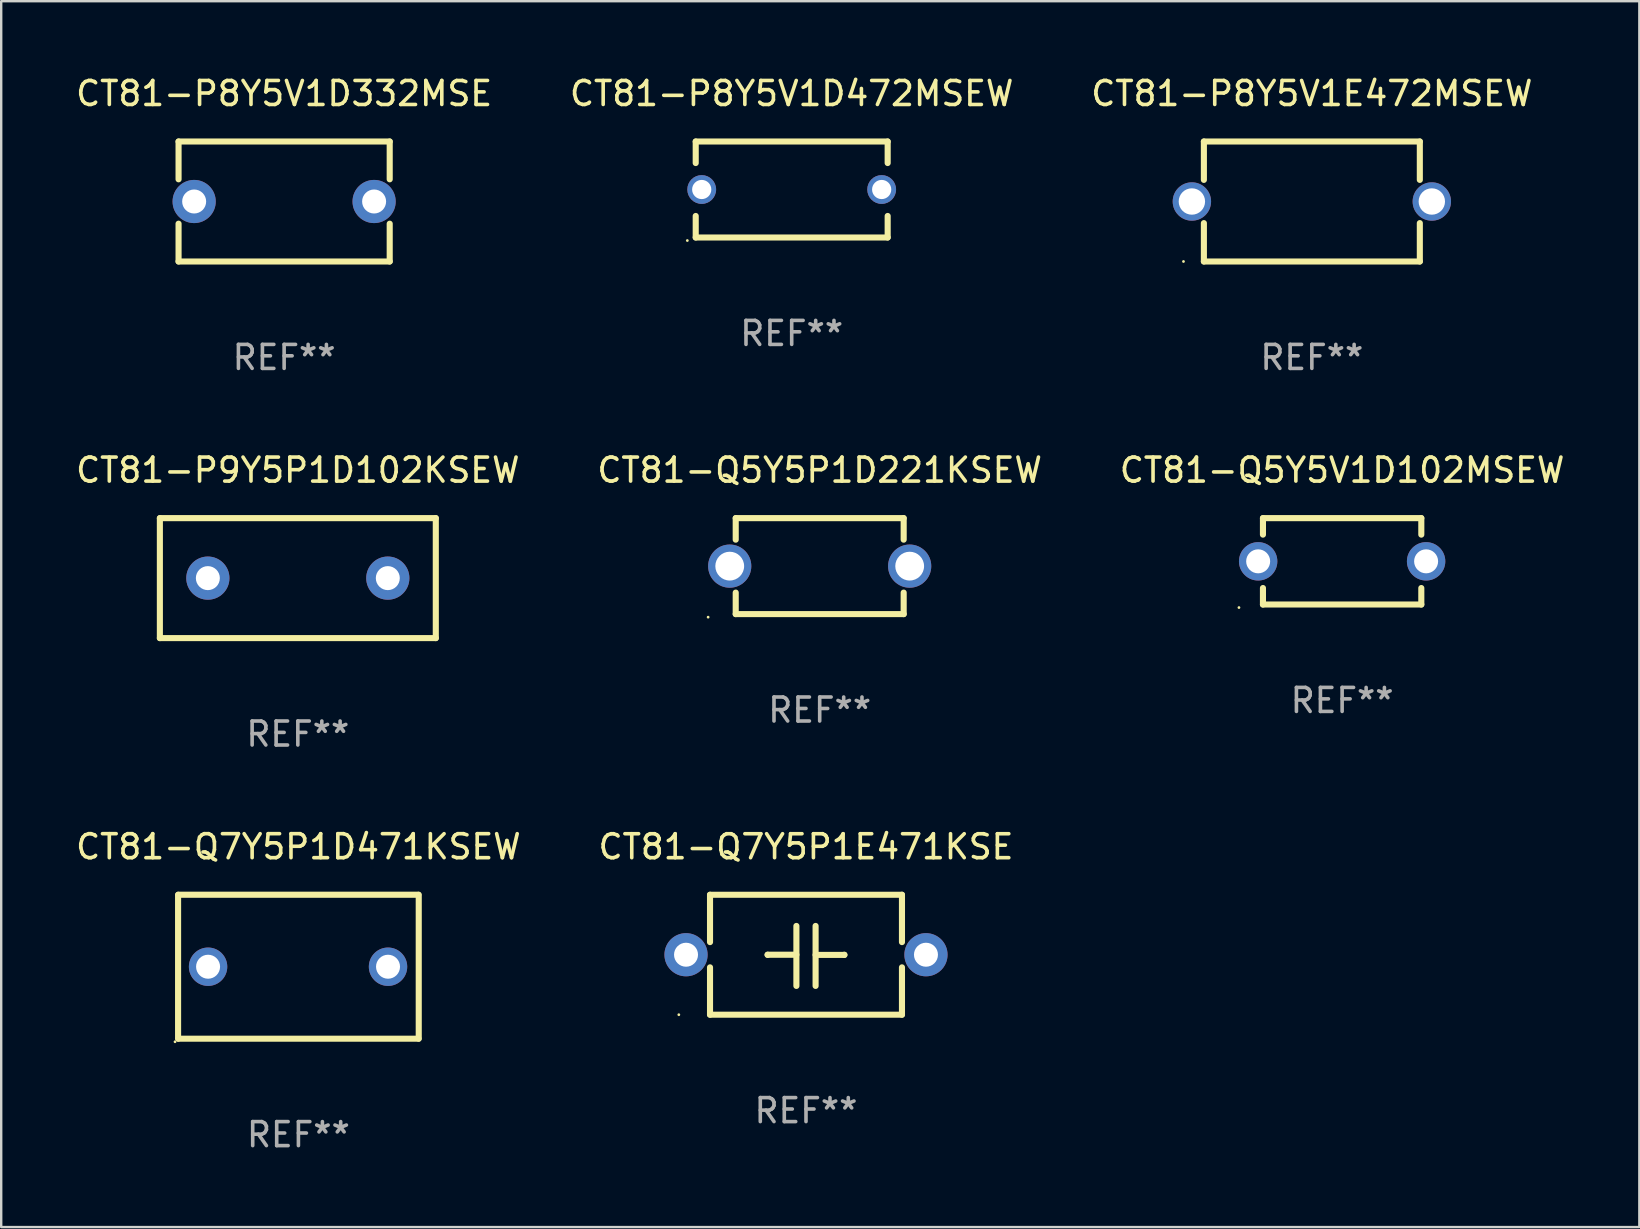
<source format=kicad_pcb>
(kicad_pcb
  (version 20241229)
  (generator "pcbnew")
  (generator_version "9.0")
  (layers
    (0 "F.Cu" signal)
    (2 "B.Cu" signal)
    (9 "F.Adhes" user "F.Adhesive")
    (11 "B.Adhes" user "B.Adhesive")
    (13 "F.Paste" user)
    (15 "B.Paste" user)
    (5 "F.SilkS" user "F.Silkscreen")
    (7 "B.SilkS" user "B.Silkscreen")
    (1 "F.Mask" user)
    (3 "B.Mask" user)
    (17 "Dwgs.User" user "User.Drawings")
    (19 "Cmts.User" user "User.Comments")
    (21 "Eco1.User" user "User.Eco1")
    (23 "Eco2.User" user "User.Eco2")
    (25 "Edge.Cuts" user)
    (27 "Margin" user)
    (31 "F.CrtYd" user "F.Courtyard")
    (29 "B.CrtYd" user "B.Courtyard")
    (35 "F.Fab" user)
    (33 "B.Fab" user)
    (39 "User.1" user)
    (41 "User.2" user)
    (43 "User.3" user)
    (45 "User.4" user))
  (footprint "CT81-Q5Y5V1D102MSEW"
    (layer "F.Cu")
    (at 52.887 20.345)
    (property "Reference" "CT81-Q5Y5V1D102MSEW" (at 0 -3.8 0) (layer "F.SilkS") (effects (font (size 1 1) (thickness 0.15))))
    (attr through_hole)
    (fp_line (start -3.3 -1.8) (end -3.3 -1.113) (stroke (width 0.254) (type solid)) (layer "F.SilkS"))
    (fp_line (start -3.3 -1.8) (end 3.3 -1.8) (stroke (width 0.254) (type solid)) (layer "F.SilkS"))
    (fp_line (start -3.3 1.113) (end -3.3 1.8) (stroke (width 0.254) (type solid)) (layer "F.SilkS"))
    (fp_line (start 3.3 1.8) (end -3.3 1.8) (stroke (width 0.254) (type solid)) (layer "F.SilkS"))
    (fp_line (start 3.3 -1.8) (end 3.3 -1.113) (stroke (width 0.254) (type solid)) (layer "F.SilkS"))
    (fp_line (start 3.3 1.113) (end 3.3 1.8) (stroke (width 0.254) (type solid)) (layer "F.SilkS"))
    (fp_circle (center -4.3 1.927) (end -4.27 1.927) (stroke (width 0.06) (type solid)) (fill no) (layer "F.SilkS"))
    (fp_text user "REF**" (at 0 5.8 0) (layer "F.Fab") (effects (font (size 1 1) (thickness 0.15))))
    (pad "1" thru_hole circle (at -3.5 0) (size 1.6 1.6) (drill 1) (layers "*.Cu" "*.Mask"))
    (pad "2" thru_hole circle (at 3.5 0) (size 1.6 1.6) (drill 1) (layers "*.Cu" "*.Mask")))
  (footprint "CT81-P8Y5V1D472MSEW"
    (layer "F.Cu")
    (at 29.946 4.848)
    (property "Reference" "CT81-P8Y5V1D472MSEW" (at 0 -4 0) (layer "F.SilkS") (effects (font (size 1 1) (thickness 0.15))))
    (attr through_hole)
    (fp_line (start -4 -2) (end -4 -1.103) (stroke (width 0.254) (type solid)) (layer "F.SilkS"))
    (fp_line (start -4 -2) (end 4 -2) (stroke (width 0.254) (type solid)) (layer "F.SilkS"))
    (fp_line (start -4 1.103) (end -4 2) (stroke (width 0.254) (type solid)) (layer "F.SilkS"))
    (fp_line (start 4 -2) (end 4 -1.103) (stroke (width 0.254) (type solid)) (layer "F.SilkS"))
    (fp_line (start 4 1.103) (end 4 2) (stroke (width 0.254) (type solid)) (layer "F.SilkS"))
    (fp_line (start 4 2) (end -4 2) (stroke (width 0.254) (type solid)) (layer "F.SilkS"))
    (fp_circle (center -4.35 2.127) (end -4.32 2.127) (stroke (width 0.06) (type solid)) (fill no) (layer "F.SilkS"))
    (fp_text user "REF**" (at 0 6 0) (layer "F.Fab") (effects (font (size 1 1) (thickness 0.15))))
    (pad "1" thru_hole circle (at -3.75 0) (size 1.2 1.2) (drill 0.8) (layers "*.Cu" "*.Mask"))
    (pad "2" thru_hole circle (at 3.75 0) (size 1.2 1.2) (drill 0.8) (layers "*.Cu" "*.Mask")))
  (footprint "CT81-Q7Y5P1D471KSEW"
    (layer "F.Cu")
    (at 9.387 37.241)
    (property "Reference" "CT81-Q7Y5P1D471KSEW" (at 0 -5 0) (layer "F.SilkS") (effects (font (size 1 1) (thickness 0.15))))
    (attr through_hole)
    (fp_line (start -5.015 3) (end -5.015 -3) (stroke (width 0.254) (type solid)) (layer "F.SilkS"))
    (fp_line (start -5.005 -3) (end 4.995 -3) (stroke (width 0.254) (type solid)) (layer "F.SilkS"))
    (fp_line (start 5.005 3) (end -4.995 3) (stroke (width 0.254) (type solid)) (layer "F.SilkS"))
    (fp_line (start 5.015 -3) (end 5.015 3) (stroke (width 0.254) (type solid)) (layer "F.SilkS"))
    (fp_circle (center -5.142 3.127) (end -5.112 3.127) (stroke (width 0.06) (type solid)) (fill no) (layer "F.SilkS"))
    (fp_text user "REF**" (at 0 7 0) (layer "F.Fab") (effects (font (size 1 1) (thickness 0.15))))
    (pad "1" thru_hole circle (at -3.765 0) (size 1.6 1.6) (drill 1) (layers "*.Cu" "*.Mask"))
    (pad "2" thru_hole circle (at 3.735 0) (size 1.6 1.6) (drill 1) (layers "*.Cu" "*.Mask")))
  (footprint "CT81-P9Y5P1D102KSEW"
    (layer "F.Cu")
    (at 9.363 21.045)
    (property "Reference" "CT81-P9Y5P1D102KSEW" (at 0 -4.5 0) (layer "F.SilkS") (effects (font (size 1 1) (thickness 0.15))))
    (attr through_hole)
    (fp_line (start -5.75 -2.5) (end 5.75 -2.5) (stroke (width 0.254) (type solid)) (layer "F.SilkS"))
    (fp_line (start -5.75 2.5) (end -5.75 -2.5) (stroke (width 0.254) (type solid)) (layer "F.SilkS"))
    (fp_line (start 5.75 -2.5) (end 5.75 2.5) (stroke (width 0.254) (type solid)) (layer "F.SilkS"))
    (fp_line (start 5.75 2.5) (end -5.75 2.5) (stroke (width 0.254) (type solid)) (layer "F.SilkS"))
    (fp_circle (center -5.75 2.5) (end -5.72 2.5) (stroke (width 0.06) (type solid)) (fill no) (layer "F.SilkS"))
    (fp_text user "REF**" (at 0 6.5 0) (layer "F.Fab") (effects (font (size 1 1) (thickness 0.15))))
    (pad "1" thru_hole circle (at -3.75 0) (size 1.8 1.8) (drill 1) (layers "*.Cu" "*.Mask"))
    (pad "2" thru_hole circle (at 3.75 0) (size 1.8 1.8) (drill 1) (layers "*.Cu" "*.Mask")))
  (footprint "CT81-Q5Y5P1D221KSEW"
    (layer "F.Cu")
    (at 31.113 20.545)
    (property "Reference" "CT81-Q5Y5P1D221KSEW" (at 0 -4 0) (layer "F.SilkS") (effects (font (size 1 1) (thickness 0.15))))
    (attr through_hole)
    (fp_line (start -3.5 -2) (end -3.5 -1.103) (stroke (width 0.254) (type solid)) (layer "F.SilkS"))
    (fp_line (start -3.5 -2) (end 3.5 -2) (stroke (width 0.254) (type solid)) (layer "F.SilkS"))
    (fp_line (start -3.5 1.103) (end -3.5 2) (stroke (width 0.254) (type solid)) (layer "F.SilkS"))
    (fp_line (start 3.5 -1.103) (end 3.5 -2) (stroke (width 0.254) (type solid)) (layer "F.SilkS"))
    (fp_line (start 3.5 2) (end -3.5 2) (stroke (width 0.254) (type solid)) (layer "F.SilkS"))
    (fp_line (start 3.5 2) (end 3.5 1.103) (stroke (width 0.254) (type solid)) (layer "F.SilkS"))
    (fp_circle (center -4.65 2.127) (end -4.62 2.127) (stroke (width 0.06) (type solid)) (fill no) (layer "F.SilkS"))
    (fp_text user "REF**" (at 0 6 0) (layer "F.Fab") (effects (font (size 1 1) (thickness 0.15))))
    (pad "1" thru_hole circle (at -3.75 0) (size 1.8 1.8) (drill 1.2) (layers "*.Cu" "*.Mask"))
    (pad "2" thru_hole circle (at 3.75 0) (size 1.8 1.8) (drill 1.2) (layers "*.Cu" "*.Mask")))
  (footprint "CT81-Q7Y5P1E471KSE"
    (layer "F.Cu")
    (at 30.542 36.741)
    (property "Reference" "CT81-Q7Y5P1E471KSE" (at 0 -4.499 0) (layer "F.SilkS") (effects (font (size 1 1) (thickness 0.15))))
    (attr through_hole)
    (fp_line (start -4 -2.499) (end -4 -0.526) (stroke (width 0.254) (type solid)) (layer "F.SilkS"))
    (fp_line (start -4 -2.499) (end 4 -2.499) (stroke (width 0.254) (type solid)) (layer "F.SilkS"))
    (fp_line (start -4 0.526) (end -4 2.499) (stroke (width 0.254) (type solid)) (layer "F.SilkS"))
    (fp_line (start -1.6 0) (end -1.6 0.007) (stroke (width 0.254) (type solid)) (layer "F.SilkS"))
    (fp_line (start -0.4 0) (end -1.6 0) (stroke (width 0.254) (type solid)) (layer "F.SilkS"))
    (fp_line (start -0.4 1.3) (end -0.4 -1.2) (stroke (width 0.254) (type solid)) (layer "F.SilkS"))
    (fp_line (start 0.4 -1.2) (end 0.4 1.3) (stroke (width 0.254) (type solid)) (layer "F.SilkS"))
    (fp_line (start 0.4 0.007) (end 1.6 0.007) (stroke (width 0.254) (type solid)) (layer "F.SilkS"))
    (fp_line (start 1.6 0.007) (end 1.6 0) (stroke (width 0.254) (type solid)) (layer "F.SilkS"))
    (fp_line (start 4 -2.499) (end 4 -0.526) (stroke (width 0.254) (type solid)) (layer "F.SilkS"))
    (fp_line (start 4 0.526) (end 4 2.499) (stroke (width 0.254) (type solid)) (layer "F.SilkS"))
    (fp_line (start 4 2.499) (end -4 2.499) (stroke (width 0.254) (type solid)) (layer "F.SilkS"))
    (fp_circle (center -5.3 2.5) (end -5.27 2.5) (stroke (width 0.06) (type solid)) (fill no) (layer "F.SilkS"))
    (fp_text user "REF**" (at 0 6.499 0) (layer "F.Fab") (effects (font (size 1 1) (thickness 0.15))))
    (pad "1" thru_hole circle (at -5 0) (size 1.8 1.8) (drill 1) (layers "*.Cu" "*.Mask"))
    (pad "2" thru_hole circle (at 5 0) (size 1.8 1.8) (drill 1) (layers "*.Cu" "*.Mask")))
  (footprint "CT81-P8Y5V1D332MSE"
    (layer "F.Cu")
    (at 8.792 5.348)
    (property "Reference" "CT81-P8Y5V1D332MSE" (at 0 -4.5 0) (layer "F.SilkS") (effects (font (size 1 1) (thickness 0.15))))
    (attr through_hole)
    (fp_line (start -4.4 -2.5) (end -4.4 -0.925) (stroke (width 0.254) (type solid)) (layer "F.SilkS"))
    (fp_line (start -4.4 -2.5) (end 4.4 -2.5) (stroke (width 0.254) (type solid)) (layer "F.SilkS"))
    (fp_line (start -4.4 0.925) (end -4.4 2.5) (stroke (width 0.254) (type solid)) (layer "F.SilkS"))
    (fp_line (start -4.4 2.5) (end 4.4 2.5) (stroke (width 0.254) (type solid)) (layer "F.SilkS"))
    (fp_line (start 4.4 -2.5) (end 4.4 -0.925) (stroke (width 0.254) (type solid)) (layer "F.SilkS"))
    (fp_line (start 4.4 0.925) (end 4.4 2.5) (stroke (width 0.254) (type solid)) (layer "F.SilkS"))
    (fp_circle (center -4.25 2.5) (end -4.22 2.5) (stroke (width 0.06) (type solid)) (fill no) (layer "F.SilkS"))
    (fp_text user "REF**" (at 0 6.5 0) (layer "F.Fab") (effects (font (size 1 1) (thickness 0.15))))
    (pad "1" thru_hole circle (at -3.75 0) (size 1.8 1.8) (drill 1) (layers "*.Cu" "*.Mask"))
    (pad "2" thru_hole circle (at 3.75 0) (size 1.8 1.8) (drill 1) (layers "*.Cu" "*.Mask")))
  (footprint "CT81-P8Y5V1E472MSEW"
    (layer "F.Cu")
    (at 51.625 5.348)
    (property "Reference" "CT81-P8Y5V1E472MSEW" (at 0 -4.5 0) (layer "F.SilkS") (effects (font (size 1 1) (thickness 0.15))))
    (attr through_hole)
    (fp_line (start -4.5 -2.5) (end 4.5 -2.5) (stroke (width 0.254) (type solid)) (layer "F.SilkS"))
    (fp_line (start -4.5 -0.901) (end -4.5 -2.5) (stroke (width 0.254) (type solid)) (layer "F.SilkS"))
    (fp_line (start -4.5 2.5) (end -4.5 0.901) (stroke (width 0.254) (type solid)) (layer "F.SilkS"))
    (fp_line (start -4.5 2.5) (end 4.5 2.5) (stroke (width 0.254) (type solid)) (layer "F.SilkS"))
    (fp_line (start 4.5 -0.901) (end 4.5 -2.5) (stroke (width 0.254) (type solid)) (layer "F.SilkS"))
    (fp_line (start 4.5 2.5) (end 4.5 0.901) (stroke (width 0.254) (type solid)) (layer "F.SilkS"))
    (fp_circle (center -5.35 2.5) (end -5.32 2.5) (stroke (width 0.06) (type solid)) (fill no) (layer "F.SilkS"))
    (fp_text user "REF**" (at 0 6.5 0) (layer "F.Fab") (effects (font (size 1 1) (thickness 0.15))))
    (pad "1" thru_hole circle (at -5 0) (size 1.6 1.6) (drill 1.1) (layers "*.Cu" "*.Mask"))
    (pad "2" thru_hole circle (at 5 0) (size 1.6 1.6) (drill 1.1) (layers "*.Cu" "*.Mask")))
  (gr_rect
    (start -3 -3)
    (end 65.274 48.09)
    (stroke (width 0.1) (type default))
    (fill no)
    (layer "Edge.Cuts")))
</source>
